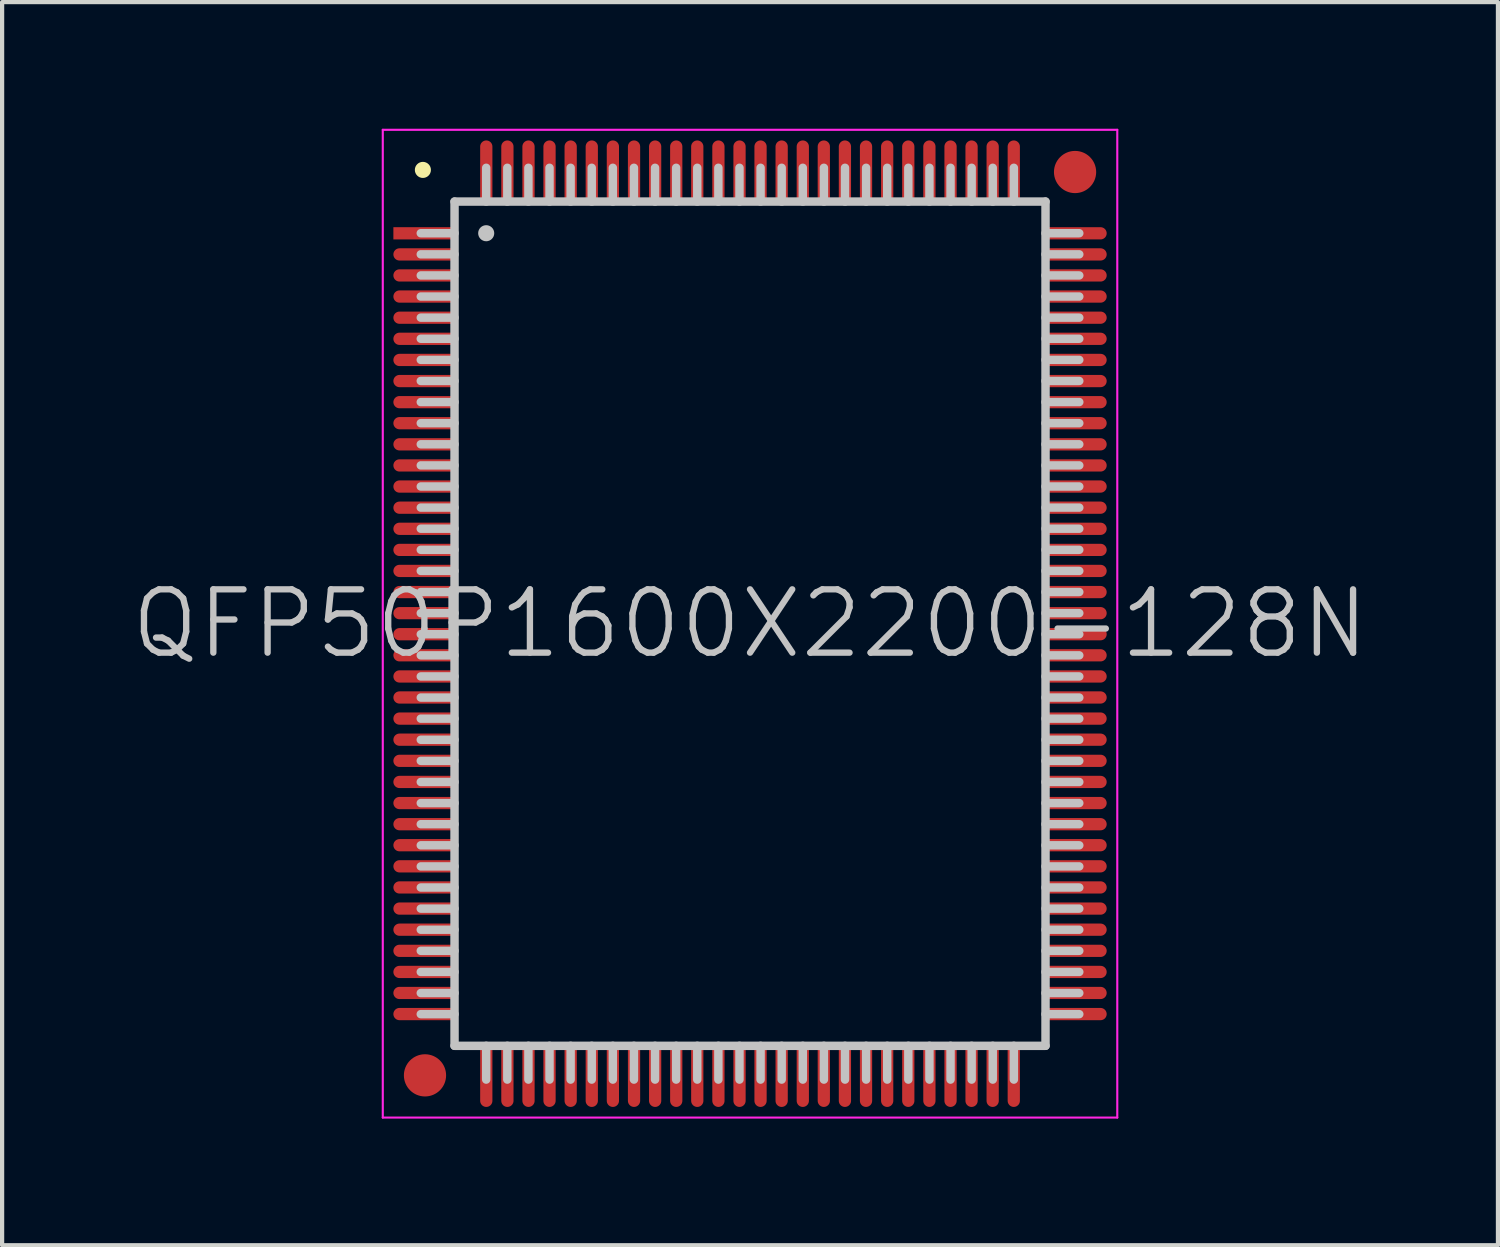
<source format=kicad_pcb>
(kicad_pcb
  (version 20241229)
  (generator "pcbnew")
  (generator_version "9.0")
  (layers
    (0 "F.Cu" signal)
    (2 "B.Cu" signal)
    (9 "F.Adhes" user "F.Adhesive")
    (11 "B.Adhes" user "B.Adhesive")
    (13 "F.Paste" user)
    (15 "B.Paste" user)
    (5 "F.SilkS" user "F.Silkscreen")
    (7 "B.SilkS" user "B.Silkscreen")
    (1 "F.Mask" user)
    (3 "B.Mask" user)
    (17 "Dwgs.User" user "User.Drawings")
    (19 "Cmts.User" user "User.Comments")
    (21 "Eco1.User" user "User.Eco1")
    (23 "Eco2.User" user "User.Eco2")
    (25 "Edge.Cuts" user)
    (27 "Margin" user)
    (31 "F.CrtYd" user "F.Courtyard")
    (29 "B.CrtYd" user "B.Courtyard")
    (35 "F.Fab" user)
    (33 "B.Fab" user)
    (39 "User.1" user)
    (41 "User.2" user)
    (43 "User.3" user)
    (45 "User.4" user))
  (footprint "QFP50P1600X2200-128N"
    (layer "F.Cu")
    (at 14.718 11.725)
    (property "Reference" "QFP50P1600X2200-128N" (at 0 0 0) (layer "Dwgs.User") (effects (font (size 1.5 1.5) (thickness 0.15))))
    (attr smd)
    (fp_line (start -7.75 -10.75) (end -7.75 -10.75) (stroke (width 0.381) (type solid)) (layer "F.SilkS"))
    (fp_line (start -7 -10) (end -7 10) (stroke (width 0.2) (type solid)) (layer "Dwgs.User"))
    (fp_line (start -7 -10) (end 7 -10) (stroke (width 0.2) (type solid)) (layer "Dwgs.User"))
    (fp_line (start -7 -9.25) (end -7.8 -9.25) (stroke (width 0.2) (type solid)) (layer "Dwgs.User"))
    (fp_line (start -7 -8.75) (end -7.8 -8.75) (stroke (width 0.2) (type solid)) (layer "Dwgs.User"))
    (fp_line (start -7 -8.25) (end -7.8 -8.25) (stroke (width 0.2) (type solid)) (layer "Dwgs.User"))
    (fp_line (start -7 -7.75) (end -7.8 -7.75) (stroke (width 0.2) (type solid)) (layer "Dwgs.User"))
    (fp_line (start -7 -7.25) (end -7.8 -7.25) (stroke (width 0.2) (type solid)) (layer "Dwgs.User"))
    (fp_line (start -7 -6.75) (end -7.8 -6.75) (stroke (width 0.2) (type solid)) (layer "Dwgs.User"))
    (fp_line (start -7 -6.25) (end -7.8 -6.25) (stroke (width 0.2) (type solid)) (layer "Dwgs.User"))
    (fp_line (start -7 -5.75) (end -7.8 -5.75) (stroke (width 0.2) (type solid)) (layer "Dwgs.User"))
    (fp_line (start -7 -5.25) (end -7.8 -5.25) (stroke (width 0.2) (type solid)) (layer "Dwgs.User"))
    (fp_line (start -7 -4.75) (end -7.8 -4.75) (stroke (width 0.2) (type solid)) (layer "Dwgs.User"))
    (fp_line (start -7 -4.25) (end -7.8 -4.25) (stroke (width 0.2) (type solid)) (layer "Dwgs.User"))
    (fp_line (start -7 -3.75) (end -7.8 -3.75) (stroke (width 0.2) (type solid)) (layer "Dwgs.User"))
    (fp_line (start -7 -3.25) (end -7.8 -3.25) (stroke (width 0.2) (type solid)) (layer "Dwgs.User"))
    (fp_line (start -7 -2.75) (end -7.8 -2.75) (stroke (width 0.2) (type solid)) (layer "Dwgs.User"))
    (fp_line (start -7 -2.25) (end -7.8 -2.25) (stroke (width 0.2) (type solid)) (layer "Dwgs.User"))
    (fp_line (start -7 -1.75) (end -7.8 -1.75) (stroke (width 0.2) (type solid)) (layer "Dwgs.User"))
    (fp_line (start -7 -1.25) (end -7.8 -1.25) (stroke (width 0.2) (type solid)) (layer "Dwgs.User"))
    (fp_line (start -7 -0.75) (end -7.8 -0.75) (stroke (width 0.2) (type solid)) (layer "Dwgs.User"))
    (fp_line (start -7 -0.25) (end -7.8 -0.25) (stroke (width 0.2) (type solid)) (layer "Dwgs.User"))
    (fp_line (start -7 0.25) (end -7.8 0.25) (stroke (width 0.2) (type solid)) (layer "Dwgs.User"))
    (fp_line (start -7 0.75) (end -7.8 0.75) (stroke (width 0.2) (type solid)) (layer "Dwgs.User"))
    (fp_line (start -7 1.25) (end -7.8 1.25) (stroke (width 0.2) (type solid)) (layer "Dwgs.User"))
    (fp_line (start -7 1.75) (end -7.8 1.75) (stroke (width 0.2) (type solid)) (layer "Dwgs.User"))
    (fp_line (start -7 2.25) (end -7.8 2.25) (stroke (width 0.2) (type solid)) (layer "Dwgs.User"))
    (fp_line (start -7 2.75) (end -7.8 2.75) (stroke (width 0.2) (type solid)) (layer "Dwgs.User"))
    (fp_line (start -7 3.25) (end -7.8 3.25) (stroke (width 0.2) (type solid)) (layer "Dwgs.User"))
    (fp_line (start -7 3.75) (end -7.8 3.75) (stroke (width 0.2) (type solid)) (layer "Dwgs.User"))
    (fp_line (start -7 4.25) (end -7.8 4.25) (stroke (width 0.2) (type solid)) (layer "Dwgs.User"))
    (fp_line (start -7 4.75) (end -7.8 4.75) (stroke (width 0.2) (type solid)) (layer "Dwgs.User"))
    (fp_line (start -7 5.25) (end -7.8 5.25) (stroke (width 0.2) (type solid)) (layer "Dwgs.User"))
    (fp_line (start -7 5.75) (end -7.8 5.75) (stroke (width 0.2) (type solid)) (layer "Dwgs.User"))
    (fp_line (start -7 6.25) (end -7.8 6.25) (stroke (width 0.2) (type solid)) (layer "Dwgs.User"))
    (fp_line (start -7 6.75) (end -7.8 6.75) (stroke (width 0.2) (type solid)) (layer "Dwgs.User"))
    (fp_line (start -7 7.25) (end -7.8 7.25) (stroke (width 0.2) (type solid)) (layer "Dwgs.User"))
    (fp_line (start -7 7.75) (end -7.8 7.75) (stroke (width 0.2) (type solid)) (layer "Dwgs.User"))
    (fp_line (start -7 8.25) (end -7.8 8.25) (stroke (width 0.2) (type solid)) (layer "Dwgs.User"))
    (fp_line (start -7 8.75) (end -7.8 8.75) (stroke (width 0.2) (type solid)) (layer "Dwgs.User"))
    (fp_line (start -7 9.25) (end -7.8 9.25) (stroke (width 0.2) (type solid)) (layer "Dwgs.User"))
    (fp_line (start -7 10) (end 7 10) (stroke (width 0.2) (type solid)) (layer "Dwgs.User"))
    (fp_line (start -6.25 -10) (end -6.25 -10.8) (stroke (width 0.2) (type solid)) (layer "Dwgs.User"))
    (fp_line (start -6.25 -9.25) (end -6.25 -9.25) (stroke (width 0.381) (type solid)) (layer "Dwgs.User"))
    (fp_line (start -6.25 10.8) (end -6.25 10) (stroke (width 0.2) (type solid)) (layer "Dwgs.User"))
    (fp_line (start -5.75 -10) (end -5.75 -10.8) (stroke (width 0.2) (type solid)) (layer "Dwgs.User"))
    (fp_line (start -5.75 10.8) (end -5.75 10) (stroke (width 0.2) (type solid)) (layer "Dwgs.User"))
    (fp_line (start -5.25 -10) (end -5.25 -10.8) (stroke (width 0.2) (type solid)) (layer "Dwgs.User"))
    (fp_line (start -5.25 10.8) (end -5.25 10) (stroke (width 0.2) (type solid)) (layer "Dwgs.User"))
    (fp_line (start -4.75 -10) (end -4.75 -10.8) (stroke (width 0.2) (type solid)) (layer "Dwgs.User"))
    (fp_line (start -4.75 10.8) (end -4.75 10) (stroke (width 0.2) (type solid)) (layer "Dwgs.User"))
    (fp_line (start -4.25 -10) (end -4.25 -10.8) (stroke (width 0.2) (type solid)) (layer "Dwgs.User"))
    (fp_line (start -4.25 10.8) (end -4.25 10) (stroke (width 0.2) (type solid)) (layer "Dwgs.User"))
    (fp_line (start -3.75 -10) (end -3.75 -10.8) (stroke (width 0.2) (type solid)) (layer "Dwgs.User"))
    (fp_line (start -3.75 10.8) (end -3.75 10) (stroke (width 0.2) (type solid)) (layer "Dwgs.User"))
    (fp_line (start -3.25 -10) (end -3.25 -10.8) (stroke (width 0.2) (type solid)) (layer "Dwgs.User"))
    (fp_line (start -3.25 10.8) (end -3.25 10) (stroke (width 0.2) (type solid)) (layer "Dwgs.User"))
    (fp_line (start -2.75 -10) (end -2.75 -10.8) (stroke (width 0.2) (type solid)) (layer "Dwgs.User"))
    (fp_line (start -2.75 10.8) (end -2.75 10) (stroke (width 0.2) (type solid)) (layer "Dwgs.User"))
    (fp_line (start -2.25 -10) (end -2.25 -10.8) (stroke (width 0.2) (type solid)) (layer "Dwgs.User"))
    (fp_line (start -2.25 10.8) (end -2.25 10) (stroke (width 0.2) (type solid)) (layer "Dwgs.User"))
    (fp_line (start -1.75 -10) (end -1.75 -10.8) (stroke (width 0.2) (type solid)) (layer "Dwgs.User"))
    (fp_line (start -1.75 10.8) (end -1.75 10) (stroke (width 0.2) (type solid)) (layer "Dwgs.User"))
    (fp_line (start -1.25 -10) (end -1.25 -10.8) (stroke (width 0.2) (type solid)) (layer "Dwgs.User"))
    (fp_line (start -1.25 10.8) (end -1.25 10) (stroke (width 0.2) (type solid)) (layer "Dwgs.User"))
    (fp_line (start -0.75 -10) (end -0.75 -10.8) (stroke (width 0.2) (type solid)) (layer "Dwgs.User"))
    (fp_line (start -0.75 10.8) (end -0.75 10) (stroke (width 0.2) (type solid)) (layer "Dwgs.User"))
    (fp_line (start -0.25 -10) (end -0.25 -10.8) (stroke (width 0.2) (type solid)) (layer "Dwgs.User"))
    (fp_line (start -0.25 10.8) (end -0.25 10) (stroke (width 0.2) (type solid)) (layer "Dwgs.User"))
    (fp_line (start 0.25 -10) (end 0.25 -10.8) (stroke (width 0.2) (type solid)) (layer "Dwgs.User"))
    (fp_line (start 0.25 10.8) (end 0.25 10) (stroke (width 0.2) (type solid)) (layer "Dwgs.User"))
    (fp_line (start 0.75 -10) (end 0.75 -10.8) (stroke (width 0.2) (type solid)) (layer "Dwgs.User"))
    (fp_line (start 0.75 10.8) (end 0.75 10) (stroke (width 0.2) (type solid)) (layer "Dwgs.User"))
    (fp_line (start 1.25 -10) (end 1.25 -10.8) (stroke (width 0.2) (type solid)) (layer "Dwgs.User"))
    (fp_line (start 1.25 10.8) (end 1.25 10) (stroke (width 0.2) (type solid)) (layer "Dwgs.User"))
    (fp_line (start 1.75 -10) (end 1.75 -10.8) (stroke (width 0.2) (type solid)) (layer "Dwgs.User"))
    (fp_line (start 1.75 10.8) (end 1.75 10) (stroke (width 0.2) (type solid)) (layer "Dwgs.User"))
    (fp_line (start 2.25 -10) (end 2.25 -10.8) (stroke (width 0.2) (type solid)) (layer "Dwgs.User"))
    (fp_line (start 2.25 10.8) (end 2.25 10) (stroke (width 0.2) (type solid)) (layer "Dwgs.User"))
    (fp_line (start 2.75 -10) (end 2.75 -10.8) (stroke (width 0.2) (type solid)) (layer "Dwgs.User"))
    (fp_line (start 2.75 10.8) (end 2.75 10) (stroke (width 0.2) (type solid)) (layer "Dwgs.User"))
    (fp_line (start 3.25 -10) (end 3.25 -10.8) (stroke (width 0.2) (type solid)) (layer "Dwgs.User"))
    (fp_line (start 3.25 10.8) (end 3.25 10) (stroke (width 0.2) (type solid)) (layer "Dwgs.User"))
    (fp_line (start 3.75 -10) (end 3.75 -10.8) (stroke (width 0.2) (type solid)) (layer "Dwgs.User"))
    (fp_line (start 3.75 10.8) (end 3.75 10) (stroke (width 0.2) (type solid)) (layer "Dwgs.User"))
    (fp_line (start 4.25 -10) (end 4.25 -10.8) (stroke (width 0.2) (type solid)) (layer "Dwgs.User"))
    (fp_line (start 4.25 10.8) (end 4.25 10) (stroke (width 0.2) (type solid)) (layer "Dwgs.User"))
    (fp_line (start 4.75 -10) (end 4.75 -10.8) (stroke (width 0.2) (type solid)) (layer "Dwgs.User"))
    (fp_line (start 4.75 10.8) (end 4.75 10) (stroke (width 0.2) (type solid)) (layer "Dwgs.User"))
    (fp_line (start 5.25 -10) (end 5.25 -10.8) (stroke (width 0.2) (type solid)) (layer "Dwgs.User"))
    (fp_line (start 5.25 10.8) (end 5.25 10) (stroke (width 0.2) (type solid)) (layer "Dwgs.User"))
    (fp_line (start 5.75 -10) (end 5.75 -10.8) (stroke (width 0.2) (type solid)) (layer "Dwgs.User"))
    (fp_line (start 5.75 10.8) (end 5.75 10) (stroke (width 0.2) (type solid)) (layer "Dwgs.User"))
    (fp_line (start 6.25 -10) (end 6.25 -10.8) (stroke (width 0.2) (type solid)) (layer "Dwgs.User"))
    (fp_line (start 6.25 10.8) (end 6.25 10) (stroke (width 0.2) (type solid)) (layer "Dwgs.User"))
    (fp_line (start 7 -10) (end 7 10) (stroke (width 0.2) (type solid)) (layer "Dwgs.User"))
    (fp_line (start 7.8 -9.25) (end 7 -9.25) (stroke (width 0.2) (type solid)) (layer "Dwgs.User"))
    (fp_line (start 7.8 -8.75) (end 7 -8.75) (stroke (width 0.2) (type solid)) (layer "Dwgs.User"))
    (fp_line (start 7.8 -8.25) (end 7 -8.25) (stroke (width 0.2) (type solid)) (layer "Dwgs.User"))
    (fp_line (start 7.8 -7.75) (end 7 -7.75) (stroke (width 0.2) (type solid)) (layer "Dwgs.User"))
    (fp_line (start 7.8 -7.25) (end 7 -7.25) (stroke (width 0.2) (type solid)) (layer "Dwgs.User"))
    (fp_line (start 7.8 -6.75) (end 7 -6.75) (stroke (width 0.2) (type solid)) (layer "Dwgs.User"))
    (fp_line (start 7.8 -6.25) (end 7 -6.25) (stroke (width 0.2) (type solid)) (layer "Dwgs.User"))
    (fp_line (start 7.8 -5.75) (end 7 -5.75) (stroke (width 0.2) (type solid)) (layer "Dwgs.User"))
    (fp_line (start 7.8 -5.25) (end 7 -5.25) (stroke (width 0.2) (type solid)) (layer "Dwgs.User"))
    (fp_line (start 7.8 -4.75) (end 7 -4.75) (stroke (width 0.2) (type solid)) (layer "Dwgs.User"))
    (fp_line (start 7.8 -4.25) (end 7 -4.25) (stroke (width 0.2) (type solid)) (layer "Dwgs.User"))
    (fp_line (start 7.8 -3.75) (end 7 -3.75) (stroke (width 0.2) (type solid)) (layer "Dwgs.User"))
    (fp_line (start 7.8 -3.25) (end 7 -3.25) (stroke (width 0.2) (type solid)) (layer "Dwgs.User"))
    (fp_line (start 7.8 -2.75) (end 7 -2.75) (stroke (width 0.2) (type solid)) (layer "Dwgs.User"))
    (fp_line (start 7.8 -2.25) (end 7 -2.25) (stroke (width 0.2) (type solid)) (layer "Dwgs.User"))
    (fp_line (start 7.8 -1.75) (end 7 -1.75) (stroke (width 0.2) (type solid)) (layer "Dwgs.User"))
    (fp_line (start 7.8 -1.25) (end 7 -1.25) (stroke (width 0.2) (type solid)) (layer "Dwgs.User"))
    (fp_line (start 7.8 -0.75) (end 7 -0.75) (stroke (width 0.2) (type solid)) (layer "Dwgs.User"))
    (fp_line (start 7.8 -0.25) (end 7 -0.25) (stroke (width 0.2) (type solid)) (layer "Dwgs.User"))
    (fp_line (start 7.8 0.25) (end 7 0.25) (stroke (width 0.2) (type solid)) (layer "Dwgs.User"))
    (fp_line (start 7.8 0.75) (end 7 0.75) (stroke (width 0.2) (type solid)) (layer "Dwgs.User"))
    (fp_line (start 7.8 1.25) (end 7 1.25) (stroke (width 0.2) (type solid)) (layer "Dwgs.User"))
    (fp_line (start 7.8 1.75) (end 7 1.75) (stroke (width 0.2) (type solid)) (layer "Dwgs.User"))
    (fp_line (start 7.8 2.25) (end 7 2.25) (stroke (width 0.2) (type solid)) (layer "Dwgs.User"))
    (fp_line (start 7.8 2.75) (end 7 2.75) (stroke (width 0.2) (type solid)) (layer "Dwgs.User"))
    (fp_line (start 7.8 3.25) (end 7 3.25) (stroke (width 0.2) (type solid)) (layer "Dwgs.User"))
    (fp_line (start 7.8 3.75) (end 7 3.75) (stroke (width 0.2) (type solid)) (layer "Dwgs.User"))
    (fp_line (start 7.8 4.25) (end 7 4.25) (stroke (width 0.2) (type solid)) (layer "Dwgs.User"))
    (fp_line (start 7.8 4.75) (end 7 4.75) (stroke (width 0.2) (type solid)) (layer "Dwgs.User"))
    (fp_line (start 7.8 5.25) (end 7 5.25) (stroke (width 0.2) (type solid)) (layer "Dwgs.User"))
    (fp_line (start 7.8 5.75) (end 7 5.75) (stroke (width 0.2) (type solid)) (layer "Dwgs.User"))
    (fp_line (start 7.8 6.25) (end 7 6.25) (stroke (width 0.2) (type solid)) (layer "Dwgs.User"))
    (fp_line (start 7.8 6.75) (end 7 6.75) (stroke (width 0.2) (type solid)) (layer "Dwgs.User"))
    (fp_line (start 7.8 7.25) (end 7 7.25) (stroke (width 0.2) (type solid)) (layer "Dwgs.User"))
    (fp_line (start 7.8 7.75) (end 7 7.75) (stroke (width 0.2) (type solid)) (layer "Dwgs.User"))
    (fp_line (start 7.8 8.25) (end 7 8.25) (stroke (width 0.2) (type solid)) (layer "Dwgs.User"))
    (fp_line (start 7.8 8.75) (end 7 8.75) (stroke (width 0.2) (type solid)) (layer "Dwgs.User"))
    (fp_line (start 7.8 9.25) (end 7 9.25) (stroke (width 0.2) (type solid)) (layer "Dwgs.User"))
    (fp_line (start -8.7 -11.7) (end -8.7 11.7) (stroke (width 0.05) (type solid)) (layer "F.CrtYd"))
    (fp_line (start -8.7 -11.7) (end 8.7 -11.7) (stroke (width 0.05) (type solid)) (layer "F.CrtYd"))
    (fp_line (start -8.7 11.7) (end 8.7 11.7) (stroke (width 0.05) (type solid)) (layer "F.CrtYd"))
    (fp_line (start 8.7 -11.7) (end 8.7 11.7) (stroke (width 0.05) (type solid)) (layer "F.CrtYd"))
    (pad "" smd circle (at -7.7 10.7) (size 1 1) (layers "F.Cu" "F.Mask"))
    (pad "" smd circle (at 7.7 -10.7) (size 1 1) (layers "F.Cu" "F.Mask"))
    (pad "1" smd rect (at -7.699 -9.248 90) (size 0.29 1.5) (layers "F.Cu" "F.Mask" "F.Paste"))
    (pad "2" smd oval (at -7.699 -8.748 90) (size 0.29 1.5) (layers "F.Cu" "F.Mask" "F.Paste"))
    (pad "3" smd oval (at -7.699 -8.25 90) (size 0.29 1.5) (layers "F.Cu" "F.Mask" "F.Paste"))
    (pad "4" smd oval (at -7.699 -7.75 90) (size 0.29 1.5) (layers "F.Cu" "F.Mask" "F.Paste"))
    (pad "5" smd oval (at -7.699 -7.249 90) (size 0.29 1.5) (layers "F.Cu" "F.Mask" "F.Paste"))
    (pad "6" smd oval (at -7.699 -6.749 90) (size 0.29 1.5) (layers "F.Cu" "F.Mask" "F.Paste"))
    (pad "7" smd oval (at -7.699 -6.248 90) (size 0.29 1.5) (layers "F.Cu" "F.Mask" "F.Paste"))
    (pad "8" smd oval (at -7.699 -5.748 90) (size 0.29 1.5) (layers "F.Cu" "F.Mask" "F.Paste"))
    (pad "9" smd oval (at -7.699 -5.248 90) (size 0.29 1.5) (layers "F.Cu" "F.Mask" "F.Paste"))
    (pad "10" smd oval (at -7.699 -4.75 90) (size 0.29 1.5) (layers "F.Cu" "F.Mask" "F.Paste"))
    (pad "11" smd oval (at -7.699 -4.249 90) (size 0.29 1.5) (layers "F.Cu" "F.Mask" "F.Paste"))
    (pad "12" smd oval (at -7.699 -3.749 90) (size 0.29 1.5) (layers "F.Cu" "F.Mask" "F.Paste"))
    (pad "13" smd oval (at -7.699 -3.249 90) (size 0.29 1.5) (layers "F.Cu" "F.Mask" "F.Paste"))
    (pad "14" smd oval (at -7.699 -2.748 90) (size 0.29 1.5) (layers "F.Cu" "F.Mask" "F.Paste"))
    (pad "15" smd oval (at -7.699 -2.248 90) (size 0.29 1.5) (layers "F.Cu" "F.Mask" "F.Paste"))
    (pad "16" smd oval (at -7.699 -1.748 90) (size 0.29 1.5) (layers "F.Cu" "F.Mask" "F.Paste"))
    (pad "17" smd oval (at -7.699 -1.25 90) (size 0.29 1.5) (layers "F.Cu" "F.Mask" "F.Paste"))
    (pad "18" smd oval (at -7.699 -0.749 90) (size 0.29 1.5) (layers "F.Cu" "F.Mask" "F.Paste"))
    (pad "19" smd oval (at -7.699 -0.249 90) (size 0.29 1.5) (layers "F.Cu" "F.Mask" "F.Paste"))
    (pad "20" smd oval (at -7.699 0.249 90) (size 0.29 1.5) (layers "F.Cu" "F.Mask" "F.Paste"))
    (pad "21" smd oval (at -7.699 0.749 90) (size 0.29 1.5) (layers "F.Cu" "F.Mask" "F.Paste"))
    (pad "22" smd oval (at -7.699 1.25 90) (size 0.29 1.5) (layers "F.Cu" "F.Mask" "F.Paste"))
    (pad "23" smd oval (at -7.699 1.748 90) (size 0.29 1.5) (layers "F.Cu" "F.Mask" "F.Paste"))
    (pad "24" smd oval (at -7.699 2.248 90) (size 0.29 1.5) (layers "F.Cu" "F.Mask" "F.Paste"))
    (pad "25" smd oval (at -7.699 2.748 90) (size 0.29 1.5) (layers "F.Cu" "F.Mask" "F.Paste"))
    (pad "26" smd oval (at -7.699 3.249 90) (size 0.29 1.5) (layers "F.Cu" "F.Mask" "F.Paste"))
    (pad "27" smd oval (at -7.699 3.749 90) (size 0.29 1.5) (layers "F.Cu" "F.Mask" "F.Paste"))
    (pad "28" smd oval (at -7.699 4.249 90) (size 0.29 1.5) (layers "F.Cu" "F.Mask" "F.Paste"))
    (pad "29" smd oval (at -7.699 4.75 90) (size 0.29 1.5) (layers "F.Cu" "F.Mask" "F.Paste"))
    (pad "30" smd oval (at -7.699 5.248 90) (size 0.29 1.5) (layers "F.Cu" "F.Mask" "F.Paste"))
    (pad "31" smd oval (at -7.699 5.748 90) (size 0.29 1.5) (layers "F.Cu" "F.Mask" "F.Paste"))
    (pad "32" smd oval (at -7.699 6.248 90) (size 0.29 1.5) (layers "F.Cu" "F.Mask" "F.Paste"))
    (pad "33" smd oval (at -7.699 6.749 90) (size 0.29 1.5) (layers "F.Cu" "F.Mask" "F.Paste"))
    (pad "34" smd oval (at -7.699 7.249 90) (size 0.29 1.5) (layers "F.Cu" "F.Mask" "F.Paste"))
    (pad "35" smd oval (at -7.699 7.75 90) (size 0.29 1.5) (layers "F.Cu" "F.Mask" "F.Paste"))
    (pad "36" smd oval (at -7.699 8.25 90) (size 0.29 1.5) (layers "F.Cu" "F.Mask" "F.Paste"))
    (pad "37" smd oval (at -7.699 8.748 90) (size 0.29 1.5) (layers "F.Cu" "F.Mask" "F.Paste"))
    (pad "38" smd oval (at -7.699 9.248 90) (size 0.29 1.5) (layers "F.Cu" "F.Mask" "F.Paste"))
    (pad "39" smd oval (at -6.248 10.698 180) (size 0.29 1.5) (layers "F.Cu" "F.Mask" "F.Paste"))
    (pad "40" smd oval (at -5.748 10.698 180) (size 0.29 1.5) (layers "F.Cu" "F.Mask" "F.Paste"))
    (pad "41" smd oval (at -5.248 10.698 180) (size 0.29 1.5) (layers "F.Cu" "F.Mask" "F.Paste"))
    (pad "42" smd oval (at -4.75 10.698 180) (size 0.29 1.5) (layers "F.Cu" "F.Mask" "F.Paste"))
    (pad "43" smd oval (at -4.249 10.698 180) (size 0.29 1.5) (layers "F.Cu" "F.Mask" "F.Paste"))
    (pad "44" smd oval (at -3.749 10.698 180) (size 0.29 1.5) (layers "F.Cu" "F.Mask" "F.Paste"))
    (pad "45" smd oval (at -3.249 10.698 180) (size 0.29 1.5) (layers "F.Cu" "F.Mask" "F.Paste"))
    (pad "46" smd oval (at -2.748 10.698 180) (size 0.29 1.5) (layers "F.Cu" "F.Mask" "F.Paste"))
    (pad "47" smd oval (at -2.248 10.698 180) (size 0.29 1.5) (layers "F.Cu" "F.Mask" "F.Paste"))
    (pad "48" smd oval (at -1.748 10.698 180) (size 0.29 1.5) (layers "F.Cu" "F.Mask" "F.Paste"))
    (pad "49" smd oval (at -1.25 10.698 180) (size 0.29 1.5) (layers "F.Cu" "F.Mask" "F.Paste"))
    (pad "50" smd oval (at -0.749 10.698 180) (size 0.29 1.5) (layers "F.Cu" "F.Mask" "F.Paste"))
    (pad "51" smd oval (at -0.249 10.698 180) (size 0.29 1.5) (layers "F.Cu" "F.Mask" "F.Paste"))
    (pad "52" smd oval (at 0.249 10.698 180) (size 0.29 1.5) (layers "F.Cu" "F.Mask" "F.Paste"))
    (pad "53" smd oval (at 0.749 10.698 180) (size 0.29 1.5) (layers "F.Cu" "F.Mask" "F.Paste"))
    (pad "54" smd oval (at 1.25 10.698 180) (size 0.29 1.5) (layers "F.Cu" "F.Mask" "F.Paste"))
    (pad "55" smd oval (at 1.748 10.698 180) (size 0.29 1.5) (layers "F.Cu" "F.Mask" "F.Paste"))
    (pad "56" smd oval (at 2.248 10.698 180) (size 0.29 1.5) (layers "F.Cu" "F.Mask" "F.Paste"))
    (pad "57" smd oval (at 2.748 10.698 180) (size 0.29 1.5) (layers "F.Cu" "F.Mask" "F.Paste"))
    (pad "58" smd oval (at 3.249 10.698 180) (size 0.29 1.5) (layers "F.Cu" "F.Mask" "F.Paste"))
    (pad "59" smd oval (at 3.749 10.698 180) (size 0.29 1.5) (layers "F.Cu" "F.Mask" "F.Paste"))
    (pad "60" smd oval (at 4.249 10.698 180) (size 0.29 1.5) (layers "F.Cu" "F.Mask" "F.Paste"))
    (pad "61" smd oval (at 4.75 10.698 180) (size 0.29 1.5) (layers "F.Cu" "F.Mask" "F.Paste"))
    (pad "62" smd oval (at 5.248 10.698 180) (size 0.29 1.5) (layers "F.Cu" "F.Mask" "F.Paste"))
    (pad "63" smd oval (at 5.748 10.698 180) (size 0.29 1.5) (layers "F.Cu" "F.Mask" "F.Paste"))
    (pad "64" smd oval (at 6.248 10.698 180) (size 0.29 1.5) (layers "F.Cu" "F.Mask" "F.Paste"))
    (pad "65" smd oval (at 7.699 9.248 270) (size 0.29 1.5) (layers "F.Cu" "F.Mask" "F.Paste"))
    (pad "66" smd oval (at 7.699 8.748 270) (size 0.29 1.5) (layers "F.Cu" "F.Mask" "F.Paste"))
    (pad "67" smd oval (at 7.699 8.25 270) (size 0.29 1.5) (layers "F.Cu" "F.Mask" "F.Paste"))
    (pad "68" smd oval (at 7.699 7.75 270) (size 0.29 1.5) (layers "F.Cu" "F.Mask" "F.Paste"))
    (pad "69" smd oval (at 7.699 7.249 270) (size 0.29 1.5) (layers "F.Cu" "F.Mask" "F.Paste"))
    (pad "70" smd oval (at 7.699 6.749 270) (size 0.29 1.5) (layers "F.Cu" "F.Mask" "F.Paste"))
    (pad "71" smd oval (at 7.699 6.248 270) (size 0.29 1.5) (layers "F.Cu" "F.Mask" "F.Paste"))
    (pad "72" smd oval (at 7.699 5.748 270) (size 0.29 1.5) (layers "F.Cu" "F.Mask" "F.Paste"))
    (pad "73" smd oval (at 7.699 5.248 270) (size 0.29 1.5) (layers "F.Cu" "F.Mask" "F.Paste"))
    (pad "74" smd oval (at 7.699 4.75 270) (size 0.29 1.5) (layers "F.Cu" "F.Mask" "F.Paste"))
    (pad "75" smd oval (at 7.699 4.249 270) (size 0.29 1.5) (layers "F.Cu" "F.Mask" "F.Paste"))
    (pad "76" smd oval (at 7.699 3.749 270) (size 0.29 1.5) (layers "F.Cu" "F.Mask" "F.Paste"))
    (pad "77" smd oval (at 7.699 3.249 270) (size 0.29 1.5) (layers "F.Cu" "F.Mask" "F.Paste"))
    (pad "78" smd oval (at 7.699 2.748 270) (size 0.29 1.5) (layers "F.Cu" "F.Mask" "F.Paste"))
    (pad "79" smd oval (at 7.699 2.248 270) (size 0.29 1.5) (layers "F.Cu" "F.Mask" "F.Paste"))
    (pad "80" smd oval (at 7.699 1.748 270) (size 0.29 1.5) (layers "F.Cu" "F.Mask" "F.Paste"))
    (pad "81" smd oval (at 7.699 1.25 270) (size 0.29 1.5) (layers "F.Cu" "F.Mask" "F.Paste"))
    (pad "82" smd oval (at 7.699 0.749 270) (size 0.29 1.5) (layers "F.Cu" "F.Mask" "F.Paste"))
    (pad "83" smd oval (at 7.699 0.249 270) (size 0.29 1.5) (layers "F.Cu" "F.Mask" "F.Paste"))
    (pad "84" smd oval (at 7.699 -0.249 270) (size 0.29 1.5) (layers "F.Cu" "F.Mask" "F.Paste"))
    (pad "85" smd oval (at 7.699 -0.749 270) (size 0.29 1.5) (layers "F.Cu" "F.Mask" "F.Paste"))
    (pad "86" smd oval (at 7.699 -1.25 270) (size 0.29 1.5) (layers "F.Cu" "F.Mask" "F.Paste"))
    (pad "87" smd oval (at 7.699 -1.748 270) (size 0.29 1.5) (layers "F.Cu" "F.Mask" "F.Paste"))
    (pad "88" smd oval (at 7.699 -2.248 270) (size 0.29 1.5) (layers "F.Cu" "F.Mask" "F.Paste"))
    (pad "89" smd oval (at 7.699 -2.748 270) (size 0.29 1.5) (layers "F.Cu" "F.Mask" "F.Paste"))
    (pad "90" smd oval (at 7.699 -3.249 270) (size 0.29 1.5) (layers "F.Cu" "F.Mask" "F.Paste"))
    (pad "91" smd oval (at 7.699 -3.749 270) (size 0.29 1.5) (layers "F.Cu" "F.Mask" "F.Paste"))
    (pad "92" smd oval (at 7.699 -4.249 270) (size 0.29 1.5) (layers "F.Cu" "F.Mask" "F.Paste"))
    (pad "93" smd oval (at 7.699 -4.75 270) (size 0.29 1.5) (layers "F.Cu" "F.Mask" "F.Paste"))
    (pad "94" smd oval (at 7.699 -5.248 270) (size 0.29 1.5) (layers "F.Cu" "F.Mask" "F.Paste"))
    (pad "95" smd oval (at 7.699 -5.748 270) (size 0.29 1.5) (layers "F.Cu" "F.Mask" "F.Paste"))
    (pad "96" smd oval (at 7.699 -6.248 270) (size 0.29 1.5) (layers "F.Cu" "F.Mask" "F.Paste"))
    (pad "97" smd oval (at 7.699 -6.749 270) (size 0.29 1.5) (layers "F.Cu" "F.Mask" "F.Paste"))
    (pad "98" smd oval (at 7.699 -7.249 270) (size 0.29 1.5) (layers "F.Cu" "F.Mask" "F.Paste"))
    (pad "99" smd oval (at 7.699 -7.75 270) (size 0.29 1.5) (layers "F.Cu" "F.Mask" "F.Paste"))
    (pad "100" smd oval (at 7.699 -8.25 270) (size 0.29 1.5) (layers "F.Cu" "F.Mask" "F.Paste"))
    (pad "101" smd oval (at 7.699 -8.748 270) (size 0.29 1.5) (layers "F.Cu" "F.Mask" "F.Paste"))
    (pad "102" smd oval (at 7.699 -9.248 270) (size 0.29 1.5) (layers "F.Cu" "F.Mask" "F.Paste"))
    (pad "103" smd oval (at 6.248 -10.698) (size 0.29 1.5) (layers "F.Cu" "F.Mask" "F.Paste"))
    (pad "104" smd oval (at 5.748 -10.698) (size 0.29 1.5) (layers "F.Cu" "F.Mask" "F.Paste"))
    (pad "105" smd oval (at 5.248 -10.698) (size 0.29 1.5) (layers "F.Cu" "F.Mask" "F.Paste"))
    (pad "106" smd oval (at 4.75 -10.698) (size 0.29 1.5) (layers "F.Cu" "F.Mask" "F.Paste"))
    (pad "107" smd oval (at 4.249 -10.698) (size 0.29 1.5) (layers "F.Cu" "F.Mask" "F.Paste"))
    (pad "108" smd oval (at 3.749 -10.698) (size 0.29 1.5) (layers "F.Cu" "F.Mask" "F.Paste"))
    (pad "109" smd oval (at 3.249 -10.698) (size 0.29 1.5) (layers "F.Cu" "F.Mask" "F.Paste"))
    (pad "110" smd oval (at 2.748 -10.698) (size 0.29 1.5) (layers "F.Cu" "F.Mask" "F.Paste"))
    (pad "111" smd oval (at 2.248 -10.698) (size 0.29 1.5) (layers "F.Cu" "F.Mask" "F.Paste"))
    (pad "112" smd oval (at 1.748 -10.698) (size 0.29 1.5) (layers "F.Cu" "F.Mask" "F.Paste"))
    (pad "113" smd oval (at 1.25 -10.698) (size 0.29 1.5) (layers "F.Cu" "F.Mask" "F.Paste"))
    (pad "114" smd oval (at 0.749 -10.698) (size 0.29 1.5) (layers "F.Cu" "F.Mask" "F.Paste"))
    (pad "115" smd oval (at 0.249 -10.698) (size 0.29 1.5) (layers "F.Cu" "F.Mask" "F.Paste"))
    (pad "116" smd oval (at -0.249 -10.698) (size 0.29 1.5) (layers "F.Cu" "F.Mask" "F.Paste"))
    (pad "117" smd oval (at -0.749 -10.698) (size 0.29 1.5) (layers "F.Cu" "F.Mask" "F.Paste"))
    (pad "118" smd oval (at -1.25 -10.698) (size 0.29 1.5) (layers "F.Cu" "F.Mask" "F.Paste"))
    (pad "119" smd oval (at -1.748 -10.698) (size 0.29 1.5) (layers "F.Cu" "F.Mask" "F.Paste"))
    (pad "120" smd oval (at -2.248 -10.698) (size 0.29 1.5) (layers "F.Cu" "F.Mask" "F.Paste"))
    (pad "121" smd oval (at -2.748 -10.698) (size 0.29 1.5) (layers "F.Cu" "F.Mask" "F.Paste"))
    (pad "122" smd oval (at -3.249 -10.698) (size 0.29 1.5) (layers "F.Cu" "F.Mask" "F.Paste"))
    (pad "123" smd oval (at -3.749 -10.698) (size 0.29 1.5) (layers "F.Cu" "F.Mask" "F.Paste"))
    (pad "124" smd oval (at -4.249 -10.698) (size 0.29 1.5) (layers "F.Cu" "F.Mask" "F.Paste"))
    (pad "125" smd oval (at -4.75 -10.698) (size 0.29 1.5) (layers "F.Cu" "F.Mask" "F.Paste"))
    (pad "126" smd oval (at -5.248 -10.698) (size 0.29 1.5) (layers "F.Cu" "F.Mask" "F.Paste"))
    (pad "127" smd oval (at -5.748 -10.698) (size 0.29 1.5) (layers "F.Cu" "F.Mask" "F.Paste"))
    (pad "128" smd oval (at -6.248 -10.698) (size 0.29 1.5) (layers "F.Cu" "F.Mask" "F.Paste")))
  (gr_rect
    (start -3 -3)
    (end 32.436 26.45)
    (stroke (width 0.1) (type default))
    (fill no)
    (layer "Edge.Cuts")))
</source>
